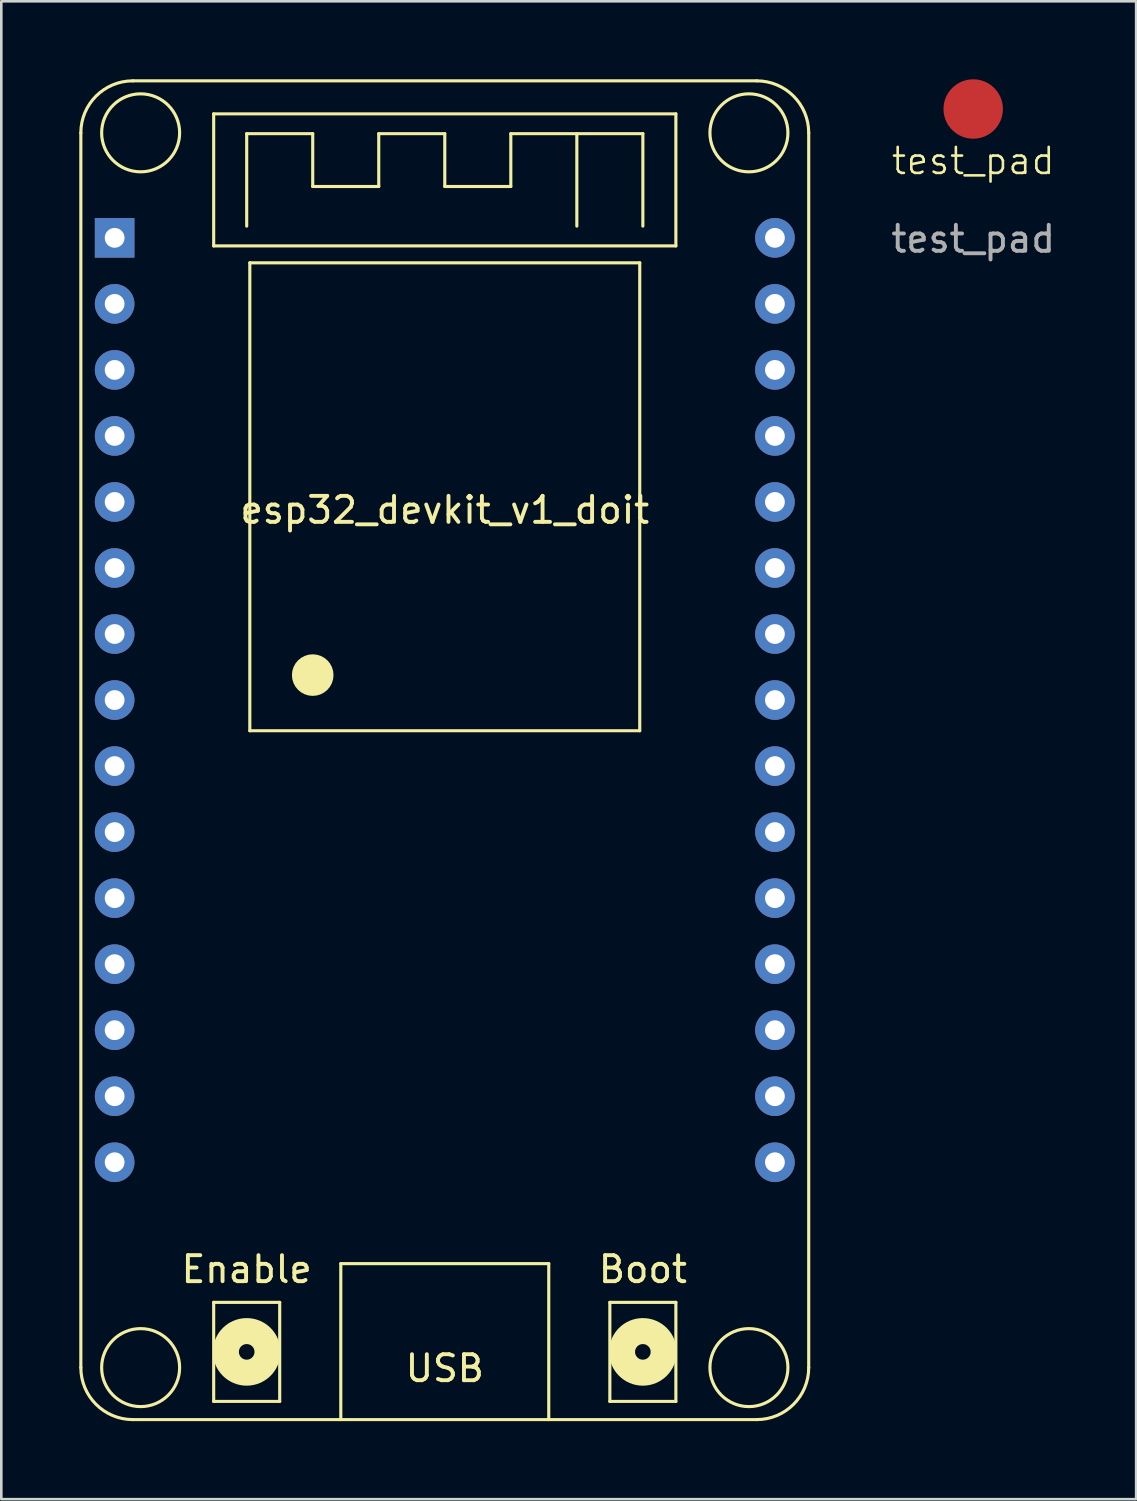
<source format=kicad_pcb>
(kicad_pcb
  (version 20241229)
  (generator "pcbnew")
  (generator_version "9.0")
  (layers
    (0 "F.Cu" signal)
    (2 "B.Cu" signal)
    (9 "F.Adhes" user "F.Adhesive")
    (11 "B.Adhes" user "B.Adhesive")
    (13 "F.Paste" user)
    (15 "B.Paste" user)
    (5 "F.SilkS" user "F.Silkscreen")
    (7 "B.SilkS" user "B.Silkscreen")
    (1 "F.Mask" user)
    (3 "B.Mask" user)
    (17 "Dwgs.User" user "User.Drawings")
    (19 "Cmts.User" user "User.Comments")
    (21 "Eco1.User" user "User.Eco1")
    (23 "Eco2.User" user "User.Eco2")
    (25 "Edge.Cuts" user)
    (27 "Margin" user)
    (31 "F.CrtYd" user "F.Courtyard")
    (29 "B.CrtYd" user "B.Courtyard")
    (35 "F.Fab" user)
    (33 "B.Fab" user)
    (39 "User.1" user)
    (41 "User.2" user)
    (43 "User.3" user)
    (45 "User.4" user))
  (footprint "esp32_devkit_v1_doit"
    (layer "F.Cu")
    (at 14.06 6.1)
    (property "Reference" "esp32_devkit_v1_doit" (at 0 10.47 0) (layer "F.SilkS") (effects (font (size 1 1) (thickness 0.15))))
    (attr smd)
    (fp_line (start -14 -4.04) (end -14 43.46) (stroke (width 0.12) (type solid)) (layer "F.SilkS"))
    (fp_line (start -12 -6.04) (end 12 -6.04) (stroke (width 0.12) (type solid)) (layer "F.SilkS"))
    (fp_line (start -12 45.46) (end 12 45.46) (stroke (width 0.12) (type solid)) (layer "F.SilkS"))
    (fp_line (start -8.89 -4.77) (end 8.89 -4.77) (stroke (width 0.12) (type solid)) (layer "F.SilkS"))
    (fp_line (start -8.89 0.31) (end -8.89 -4.77) (stroke (width 0.12) (type solid)) (layer "F.SilkS"))
    (fp_line (start -8.89 40.95) (end -6.35 40.95) (stroke (width 0.12) (type solid)) (layer "F.SilkS"))
    (fp_line (start -8.89 44.76) (end -8.89 40.95) (stroke (width 0.12) (type solid)) (layer "F.SilkS"))
    (fp_line (start -7.62 -4.008) (end -5.08 -4.008) (stroke (width 0.12) (type solid)) (layer "F.SilkS"))
    (fp_line (start -7.62 -0.452) (end -7.62 -4.008) (stroke (width 0.12) (type solid)) (layer "F.SilkS"))
    (fp_line (start -7.5 0.96) (end 7.5 0.96) (stroke (width 0.12) (type solid)) (layer "F.SilkS"))
    (fp_line (start -7.5 18.96) (end -7.5 0.96) (stroke (width 0.12) (type solid)) (layer "F.SilkS"))
    (fp_line (start -6.35 40.95) (end -6.35 44.76) (stroke (width 0.12) (type solid)) (layer "F.SilkS"))
    (fp_line (start -6.35 44.76) (end -8.89 44.76) (stroke (width 0.12) (type solid)) (layer "F.SilkS"))
    (fp_line (start -5.08 -4.008) (end -5.08 -1.976) (stroke (width 0.12) (type solid)) (layer "F.SilkS"))
    (fp_line (start -5.08 -1.976) (end -2.54 -1.976) (stroke (width 0.12) (type solid)) (layer "F.SilkS"))
    (fp_line (start -4 39.46) (end -4 45.46) (stroke (width 0.12) (type solid)) (layer "F.SilkS"))
    (fp_line (start -4 39.46) (end 4 39.46) (stroke (width 0.12) (type solid)) (layer "F.SilkS"))
    (fp_line (start -2.54 -4.008) (end 0 -4.008) (stroke (width 0.12) (type solid)) (layer "F.SilkS"))
    (fp_line (start -2.54 -1.976) (end -2.54 -4.008) (stroke (width 0.12) (type solid)) (layer "F.SilkS"))
    (fp_line (start 0 -4.008) (end 0 -1.976) (stroke (width 0.12) (type solid)) (layer "F.SilkS"))
    (fp_line (start 0 -1.976) (end 2.54 -1.976) (stroke (width 0.12) (type solid)) (layer "F.SilkS"))
    (fp_line (start 2.54 -4.008) (end 7.62 -4.008) (stroke (width 0.12) (type solid)) (layer "F.SilkS"))
    (fp_line (start 2.54 -1.976) (end 2.54 -4.008) (stroke (width 0.12) (type solid)) (layer "F.SilkS"))
    (fp_line (start 4 39.46) (end 4 45.46) (stroke (width 0.12) (type solid)) (layer "F.SilkS"))
    (fp_line (start 5.08 -4.008) (end 5.08 -0.452) (stroke (width 0.12) (type solid)) (layer "F.SilkS"))
    (fp_line (start 6.35 40.95) (end 8.89 40.95) (stroke (width 0.12) (type solid)) (layer "F.SilkS"))
    (fp_line (start 6.35 44.76) (end 6.35 40.95) (stroke (width 0.12) (type solid)) (layer "F.SilkS"))
    (fp_line (start 7.5 0.96) (end 7.5 18.96) (stroke (width 0.12) (type solid)) (layer "F.SilkS"))
    (fp_line (start 7.5 18.96) (end -7.5 18.96) (stroke (width 0.12) (type solid)) (layer "F.SilkS"))
    (fp_line (start 7.62 -4.008) (end 7.62 -0.452) (stroke (width 0.12) (type solid)) (layer "F.SilkS"))
    (fp_line (start 8.89 -4.77) (end 8.89 0.31) (stroke (width 0.12) (type solid)) (layer "F.SilkS"))
    (fp_line (start 8.89 0.31) (end -8.89 0.31) (stroke (width 0.12) (type solid)) (layer "F.SilkS"))
    (fp_line (start 8.89 40.95) (end 8.89 44.76) (stroke (width 0.12) (type solid)) (layer "F.SilkS"))
    (fp_line (start 8.89 44.76) (end 6.35 44.76) (stroke (width 0.12) (type solid)) (layer "F.SilkS"))
    (fp_line (start 14 43.46) (end 14 -4.04) (stroke (width 0.12) (type solid)) (layer "F.SilkS"))
    (fp_arc (start -14 -4.04) (mid -13.414214 -5.454214) (end -12 -6.04) (stroke (width 0.12) (type solid)) (layer "F.SilkS"))
    (fp_arc (start -12 45.46) (mid -13.414214 44.874214) (end -14 43.46) (stroke (width 0.12) (type solid)) (layer "F.SilkS"))
    (fp_arc (start 12 -6.04) (mid 13.414214 -5.454214) (end 14 -4.04) (stroke (width 0.12) (type solid)) (layer "F.SilkS"))
    (fp_arc (start 14 43.46) (mid 13.414214 44.874214) (end 12 45.46) (stroke (width 0.12) (type solid)) (layer "F.SilkS"))
    (fp_circle (center -11.7 -4.04) (end -10.2 -4.04) (stroke (width 0.12) (type solid)) (fill no) (layer "F.SilkS"))
    (fp_circle (center -11.7 43.46) (end -10.2 43.46) (stroke (width 0.12) (type solid)) (fill no) (layer "F.SilkS"))
    (fp_circle (center -7.62 42.855) (end -7.32 42.855) (stroke (width 1) (type solid)) (fill no) (layer "F.SilkS"))
    (fp_circle (center -5.08 16.82) (end -4.68 16.82) (stroke (width 0.8) (type solid)) (fill no) (layer "F.SilkS"))
    (fp_circle (center 7.62 42.855) (end 7.92 42.855) (stroke (width 1) (type solid)) (fill no) (layer "F.SilkS"))
    (fp_circle (center 11.7 -4.04) (end 13.2 -4.04) (stroke (width 0.12) (type solid)) (fill no) (layer "F.SilkS"))
    (fp_circle (center 11.7 43.46) (end 13.2 43.46) (stroke (width 0.12) (type solid)) (fill no) (layer "F.SilkS"))
    (fp_text user "Boot" (at 7.62 39.68 0) (layer "F.SilkS") (effects (font (size 1 1) (thickness 0.15))))
    (fp_text user "Enable" (at -7.62 39.68 0) (layer "F.SilkS") (effects (font (size 1 1) (thickness 0.15))))
    (fp_text user "USB" (at 0 43.49 0) (layer "F.SilkS") (effects (font (size 1 1) (thickness 0.15))))
    (pad "1" thru_hole rect (at -12.7 0) (size 1.524 1.524) (drill 0.762) (layers "*.Cu" "*.Mask"))
    (pad "2" thru_hole circle (at -12.7 2.54) (size 1.524 1.524) (drill 0.762) (layers "*.Cu" "*.Mask"))
    (pad "3" thru_hole circle (at -12.7 5.08) (size 1.524 1.524) (drill 0.762) (layers "*.Cu" "*.Mask"))
    (pad "4" thru_hole circle (at -12.7 7.62) (size 1.524 1.524) (drill 0.762) (layers "*.Cu" "*.Mask"))
    (pad "5" thru_hole circle (at -12.7 10.16) (size 1.524 1.524) (drill 0.762) (layers "*.Cu" "*.Mask"))
    (pad "6" thru_hole circle (at -12.7 12.7) (size 1.524 1.524) (drill 0.762) (layers "*.Cu" "*.Mask"))
    (pad "7" thru_hole circle (at -12.7 15.24) (size 1.524 1.524) (drill 0.762) (layers "*.Cu" "*.Mask"))
    (pad "8" thru_hole circle (at -12.7 17.78) (size 1.524 1.524) (drill 0.762) (layers "*.Cu" "*.Mask"))
    (pad "9" thru_hole circle (at -12.7 20.32) (size 1.524 1.524) (drill 0.762) (layers "*.Cu" "*.Mask"))
    (pad "10" thru_hole circle (at -12.7 22.86) (size 1.524 1.524) (drill 0.762) (layers "*.Cu" "*.Mask"))
    (pad "11" thru_hole circle (at -12.7 25.4) (size 1.524 1.524) (drill 0.762) (layers "*.Cu" "*.Mask"))
    (pad "12" thru_hole circle (at -12.7 27.94) (size 1.524 1.524) (drill 0.762) (layers "*.Cu" "*.Mask"))
    (pad "13" thru_hole circle (at -12.7 30.48) (size 1.524 1.524) (drill 0.762) (layers "*.Cu" "*.Mask"))
    (pad "14" thru_hole circle (at -12.7 33.02) (size 1.524 1.524) (drill 0.762) (layers "*.Cu" "*.Mask"))
    (pad "15" thru_hole circle (at -12.7 35.56) (size 1.524 1.524) (drill 0.762) (layers "*.Cu" "*.Mask"))
    (pad "16" thru_hole circle (at 12.7 35.56) (size 1.524 1.524) (drill 0.762) (layers "*.Cu" "*.Mask"))
    (pad "17" thru_hole circle (at 12.7 33.02) (size 1.524 1.524) (drill 0.762) (layers "*.Cu" "*.Mask"))
    (pad "18" thru_hole circle (at 12.7 30.48) (size 1.524 1.524) (drill 0.762) (layers "*.Cu" "*.Mask"))
    (pad "19" thru_hole circle (at 12.7 27.94) (size 1.524 1.524) (drill 0.762) (layers "*.Cu" "*.Mask"))
    (pad "20" thru_hole circle (at 12.7 25.4) (size 1.524 1.524) (drill 0.762) (layers "*.Cu" "*.Mask"))
    (pad "21" thru_hole circle (at 12.7 22.86) (size 1.524 1.524) (drill 0.762) (layers "*.Cu" "*.Mask"))
    (pad "22" thru_hole circle (at 12.7 20.32) (size 1.524 1.524) (drill 0.762) (layers "*.Cu" "*.Mask"))
    (pad "23" thru_hole circle (at 12.7 17.78) (size 1.524 1.524) (drill 0.762) (layers "*.Cu" "*.Mask"))
    (pad "24" thru_hole circle (at 12.7 15.24) (size 1.524 1.524) (drill 0.762) (layers "*.Cu" "*.Mask"))
    (pad "25" thru_hole circle (at 12.7 12.7) (size 1.524 1.524) (drill 0.762) (layers "*.Cu" "*.Mask"))
    (pad "26" thru_hole circle (at 12.7 10.16) (size 1.524 1.524) (drill 0.762) (layers "*.Cu" "*.Mask"))
    (pad "27" thru_hole circle (at 12.7 7.62) (size 1.524 1.524) (drill 0.762) (layers "*.Cu" "*.Mask"))
    (pad "28" thru_hole circle (at 12.7 5.08) (size 1.524 1.524) (drill 0.762) (layers "*.Cu" "*.Mask"))
    (pad "29" thru_hole circle (at 12.7 2.54) (size 1.524 1.524) (drill 0.762) (layers "*.Cu" "*.Mask"))
    (pad "30" thru_hole circle (at 12.7 0) (size 1.524 1.524) (drill 0.762) (layers "*.Cu" "*.Mask")))
  (footprint "test_pad"
    (layer "F.Cu")
    (at 34.388 1.143)
    (property "Reference" "test_pad" (at 0 2 0) (unlocked yes) (layer "F.SilkS") (effects (font (size 1 1) (thickness 0.1))))
    (attr smd)
    (fp_text user "${REFERENCE}" (at 0 5 0) (unlocked yes) (layer "F.Fab") (effects (font (size 1 1) (thickness 0.15))))
    (pad "1" smd circle (at 0 0) (size 2.286 2.286) (layers "F.Cu" "F.Mask" "F.Paste")))
  (gr_rect
    (start -3 -3)
    (end 40.656 54.62)
    (stroke (width 0.1) (type default))
    (fill no)
    (layer "Edge.Cuts")))
</source>
